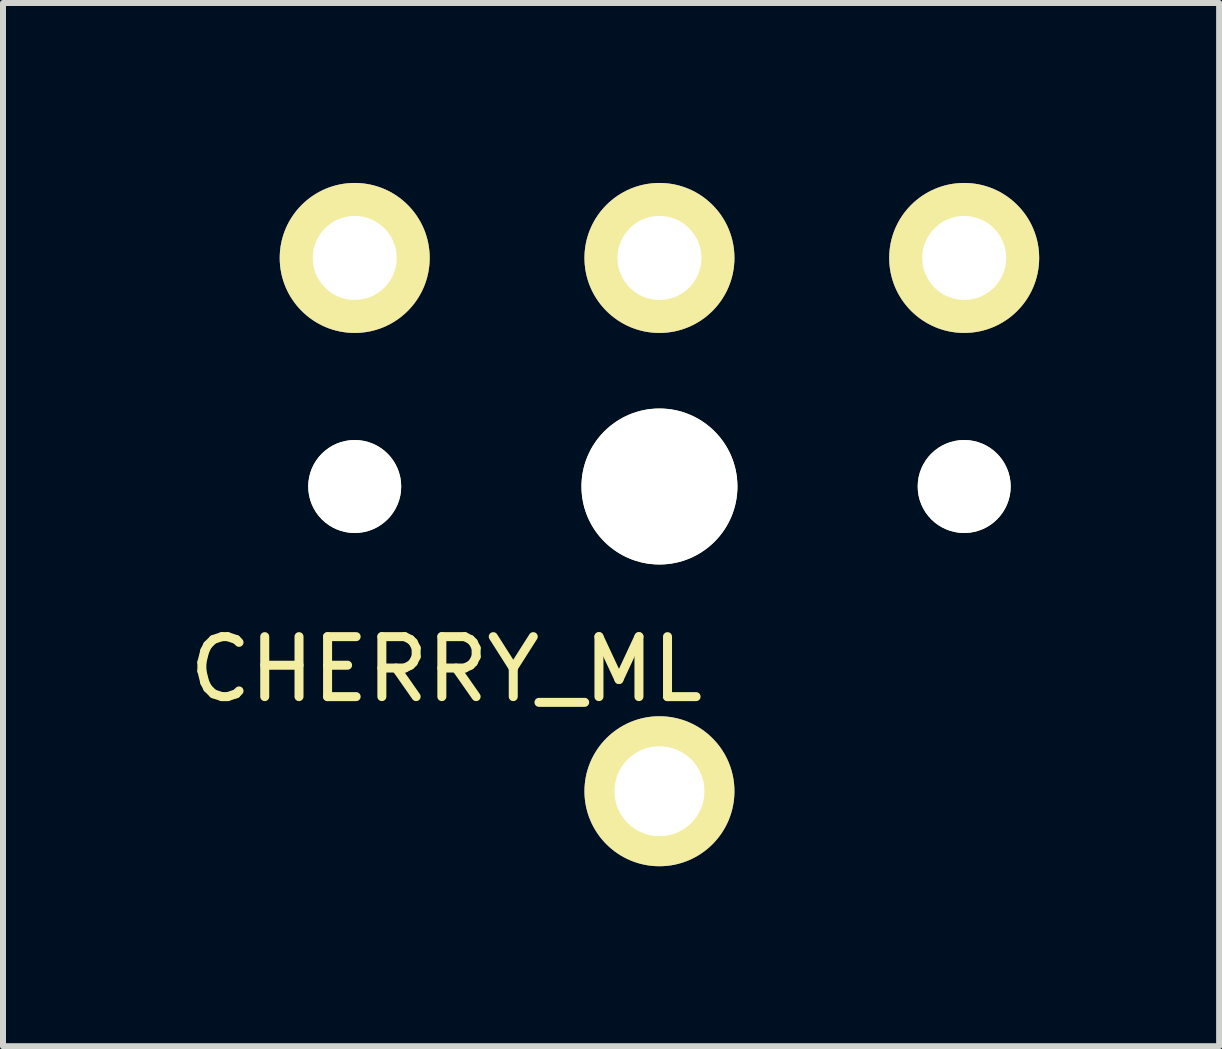
<source format=kicad_pcb>
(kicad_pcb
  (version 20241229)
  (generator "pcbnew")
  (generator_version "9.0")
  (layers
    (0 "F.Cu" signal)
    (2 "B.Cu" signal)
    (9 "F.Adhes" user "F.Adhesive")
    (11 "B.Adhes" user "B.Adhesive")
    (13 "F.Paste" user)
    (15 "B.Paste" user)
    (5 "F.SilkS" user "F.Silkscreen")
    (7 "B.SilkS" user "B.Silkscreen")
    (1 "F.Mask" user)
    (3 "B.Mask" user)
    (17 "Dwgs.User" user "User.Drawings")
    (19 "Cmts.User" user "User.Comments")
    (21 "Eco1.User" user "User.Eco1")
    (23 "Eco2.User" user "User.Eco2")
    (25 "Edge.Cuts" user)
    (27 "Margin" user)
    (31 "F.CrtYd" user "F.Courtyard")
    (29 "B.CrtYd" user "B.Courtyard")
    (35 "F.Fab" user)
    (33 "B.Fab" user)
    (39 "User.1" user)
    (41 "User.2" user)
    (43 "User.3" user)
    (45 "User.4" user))
  (footprint "CHERRY_ML"
    (layer "F.Cu")
    (at 7.943 5.06)
    (property "Reference" "CHERRY_ML" (at -3.556 3.048 0) (layer "F.SilkS") (effects (font (size 1 1) (thickness 0.15))))
    (attr through_hole)
    (pad "" np_thru_hole circle (at -5.08 0) (size 1.55 1.55) (drill 1.55) (layers "*.Cu" "*.Mask" "F.SilkS"))
    (pad "" np_thru_hole circle (at 0 0) (size 2.6 2.6) (drill 2.6) (layers "*.Cu" "*.Mask" "F.SilkS"))
    (pad "" np_thru_hole circle (at 5.08 0) (size 1.55 1.55) (drill 1.55) (layers "*.Cu" "*.Mask" "F.SilkS"))
    (pad "1" thru_hole circle (at 0 -3.81) (size 2.5 2.5) (drill 1.4) (layers "*.Cu" "*.Mask" "F.SilkS"))
    (pad "2" thru_hole circle (at 0 5.08) (size 2.5 2.5) (drill 1.5) (layers "*.Cu" "*.Mask" "F.SilkS"))
    (pad "3" thru_hole circle (at -5.08 -3.81) (size 2.5 2.5) (drill 1.4) (layers "*.Cu" "*.Mask" "F.SilkS"))
    (pad "4" thru_hole circle (at 5.08 -3.81) (size 2.5 2.5) (drill 1.4) (layers "*.Cu" "*.Mask" "F.SilkS")))
  (gr_rect
    (start -3 -3)
    (end 17.273 14.39)
    (stroke (width 0.1) (type default))
    (fill no)
    (layer "Edge.Cuts")))
</source>
